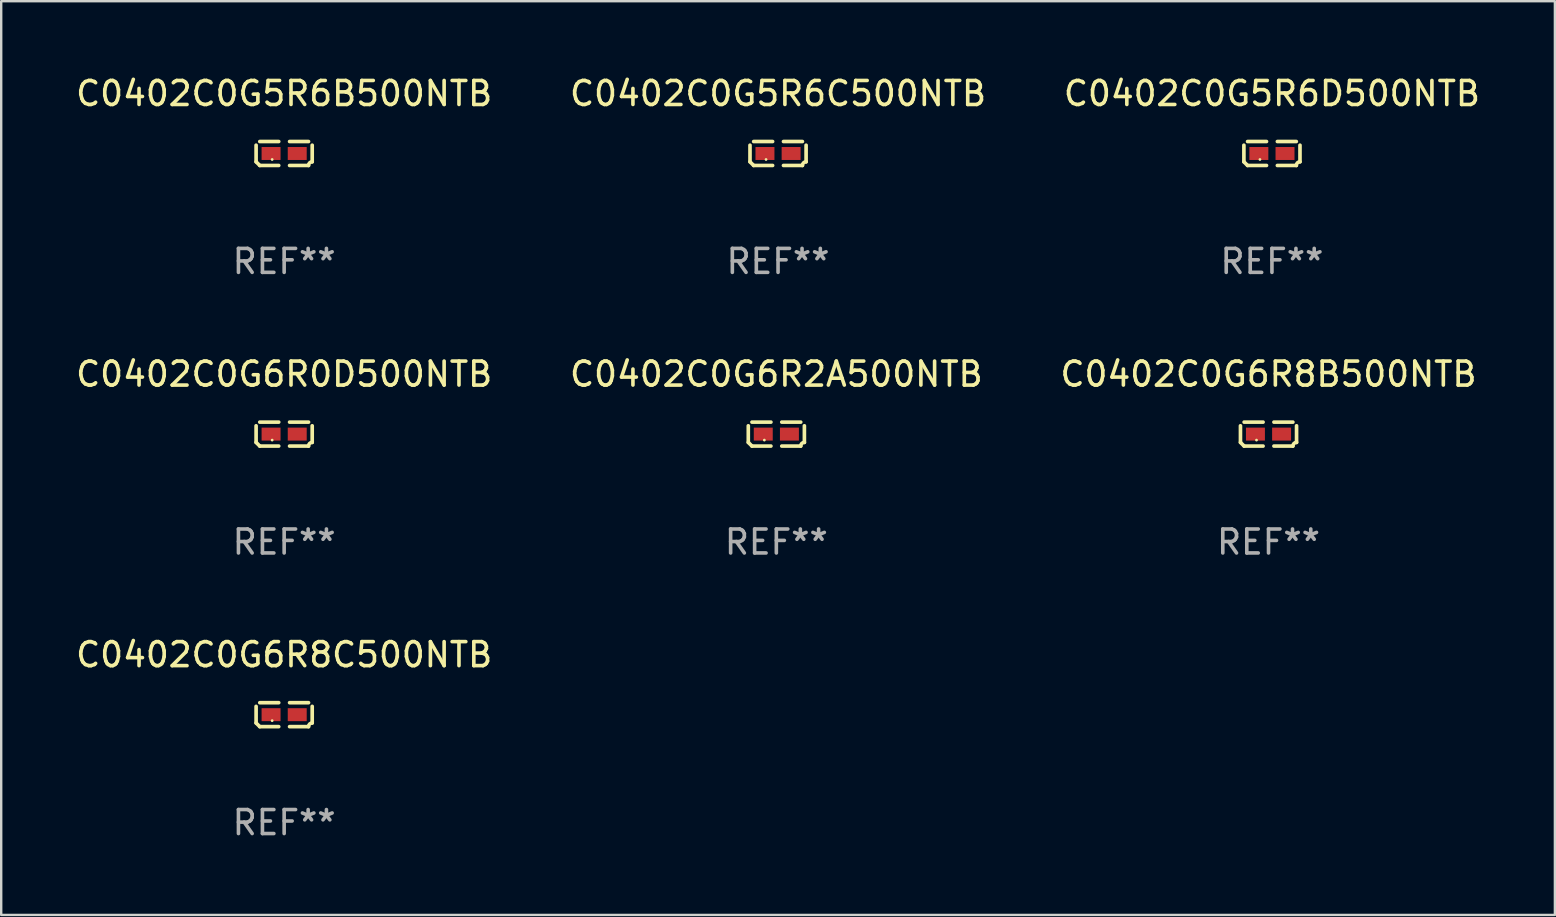
<source format=kicad_pcb>
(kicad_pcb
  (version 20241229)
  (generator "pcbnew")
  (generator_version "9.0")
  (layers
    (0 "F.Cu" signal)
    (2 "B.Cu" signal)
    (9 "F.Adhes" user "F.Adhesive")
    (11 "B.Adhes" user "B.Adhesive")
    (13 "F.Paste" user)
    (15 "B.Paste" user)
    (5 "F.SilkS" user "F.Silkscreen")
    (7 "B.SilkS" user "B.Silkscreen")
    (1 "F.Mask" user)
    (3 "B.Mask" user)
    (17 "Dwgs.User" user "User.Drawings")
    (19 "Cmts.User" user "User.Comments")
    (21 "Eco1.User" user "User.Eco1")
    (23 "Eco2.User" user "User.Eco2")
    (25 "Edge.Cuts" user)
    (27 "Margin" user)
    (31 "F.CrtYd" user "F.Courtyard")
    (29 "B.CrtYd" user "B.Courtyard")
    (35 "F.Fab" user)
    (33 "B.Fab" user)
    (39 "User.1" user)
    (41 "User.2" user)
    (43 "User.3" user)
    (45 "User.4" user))
  (footprint "C0402C0G6R8B500NTB"
    (layer "F.Cu")
    (at 49.815 15.041)
    (property "Reference" "C0402C0G6R8B500NTB" (at 0 -2.499 0) (layer "F.SilkS") (effects (font (size 1 1) (thickness 0.15))))
    (attr through_hole)
    (fp_line (start -1.169 0.346) (end -1.169 -0.346) (stroke (width 0.152) (type solid)) (layer "F.SilkS"))
    (fp_line (start -1.016 -0.499) (end -0.226 -0.499) (stroke (width 0.152) (type solid)) (layer "F.SilkS"))
    (fp_line (start -0.226 0.499) (end -1.016 0.499) (stroke (width 0.152) (type solid)) (layer "F.SilkS"))
    (fp_line (start 0.226 0.499) (end 1.016 0.499) (stroke (width 0.152) (type solid)) (layer "F.SilkS"))
    (fp_line (start 1.016 -0.499) (end 0.226 -0.499) (stroke (width 0.152) (type solid)) (layer "F.SilkS"))
    (fp_line (start 1.169 0.346) (end 1.169 -0.346) (stroke (width 0.152) (type solid)) (layer "F.SilkS"))
    (fp_arc (start -1.016307 0.498603) (mid -1.092512 0.422405) (end -1.16871 0.3462) (stroke (width 0.1524) (type solid)) (layer "F.SilkS"))
    (fp_arc (start 1.016307 0.498603) (mid 1.060899 0.390758) (end 1.168707 0.346076) (stroke (width 0.1524) (type solid)) (layer "F.SilkS"))
    (fp_circle (center -0.5 0.25) (end -0.47 0.25) (stroke (width 0.06) (type solid)) (fill no) (layer "F.SilkS"))
    (fp_text user "REF**" (at 0 4.499 0) (layer "F.Fab") (effects (font (size 1 1) (thickness 0.15))))
    (pad "1" smd rect (at -0.545 0) (size 0.79 0.54) (layers "F.Cu" "F.Mask" "F.Paste"))
    (pad "2" smd rect (at 0.545 0) (size 0.79 0.54) (layers "F.Cu" "F.Mask" "F.Paste")))
  (footprint "C0402C0G6R0D500NTB"
    (layer "F.Cu")
    (at 8.792 15.041)
    (property "Reference" "C0402C0G6R0D500NTB" (at 0 -2.499 0) (layer "F.SilkS") (effects (font (size 1 1) (thickness 0.15))))
    (attr through_hole)
    (fp_line (start -1.169 0.346) (end -1.169 -0.346) (stroke (width 0.152) (type solid)) (layer "F.SilkS"))
    (fp_line (start -1.016 -0.499) (end -0.226 -0.499) (stroke (width 0.152) (type solid)) (layer "F.SilkS"))
    (fp_line (start -0.226 0.499) (end -1.016 0.499) (stroke (width 0.152) (type solid)) (layer "F.SilkS"))
    (fp_line (start 0.226 0.499) (end 1.016 0.499) (stroke (width 0.152) (type solid)) (layer "F.SilkS"))
    (fp_line (start 1.016 -0.499) (end 0.226 -0.499) (stroke (width 0.152) (type solid)) (layer "F.SilkS"))
    (fp_line (start 1.169 0.346) (end 1.169 -0.346) (stroke (width 0.152) (type solid)) (layer "F.SilkS"))
    (fp_arc (start -1.016307 0.498603) (mid -1.092512 0.422405) (end -1.16871 0.3462) (stroke (width 0.1524) (type solid)) (layer "F.SilkS"))
    (fp_arc (start 1.016307 0.498603) (mid 1.060899 0.390758) (end 1.168707 0.346076) (stroke (width 0.1524) (type solid)) (layer "F.SilkS"))
    (fp_circle (center -0.5 0.25) (end -0.47 0.25) (stroke (width 0.06) (type solid)) (fill no) (layer "F.SilkS"))
    (fp_text user "REF**" (at 0 4.499 0) (layer "F.Fab") (effects (font (size 1 1) (thickness 0.15))))
    (pad "1" smd rect (at -0.545 0) (size 0.79 0.54) (layers "F.Cu" "F.Mask" "F.Paste"))
    (pad "2" smd rect (at 0.545 0) (size 0.79 0.54) (layers "F.Cu" "F.Mask" "F.Paste")))
  (footprint "C0402C0G6R8C500NTB"
    (layer "F.Cu")
    (at 8.792 26.734)
    (property "Reference" "C0402C0G6R8C500NTB" (at 0 -2.499 0) (layer "F.SilkS") (effects (font (size 1 1) (thickness 0.15))))
    (attr through_hole)
    (fp_line (start -1.169 0.346) (end -1.169 -0.346) (stroke (width 0.152) (type solid)) (layer "F.SilkS"))
    (fp_line (start -1.016 -0.499) (end -0.226 -0.499) (stroke (width 0.152) (type solid)) (layer "F.SilkS"))
    (fp_line (start -0.226 0.499) (end -1.016 0.499) (stroke (width 0.152) (type solid)) (layer "F.SilkS"))
    (fp_line (start 0.226 0.499) (end 1.016 0.499) (stroke (width 0.152) (type solid)) (layer "F.SilkS"))
    (fp_line (start 1.016 -0.499) (end 0.226 -0.499) (stroke (width 0.152) (type solid)) (layer "F.SilkS"))
    (fp_line (start 1.169 0.346) (end 1.169 -0.346) (stroke (width 0.152) (type solid)) (layer "F.SilkS"))
    (fp_arc (start -1.016307 0.498603) (mid -1.092512 0.422405) (end -1.16871 0.3462) (stroke (width 0.1524) (type solid)) (layer "F.SilkS"))
    (fp_arc (start 1.016307 0.498603) (mid 1.060899 0.390758) (end 1.168707 0.346076) (stroke (width 0.1524) (type solid)) (layer "F.SilkS"))
    (fp_circle (center -0.5 0.25) (end -0.47 0.25) (stroke (width 0.06) (type solid)) (fill no) (layer "F.SilkS"))
    (fp_text user "REF**" (at 0 4.499 0) (layer "F.Fab") (effects (font (size 1 1) (thickness 0.15))))
    (pad "1" smd rect (at -0.545 0) (size 0.79 0.54) (layers "F.Cu" "F.Mask" "F.Paste"))
    (pad "2" smd rect (at 0.545 0) (size 0.79 0.54) (layers "F.Cu" "F.Mask" "F.Paste")))
  (footprint "C0402C0G6R2A500NTB"
    (layer "F.Cu")
    (at 29.304 15.041)
    (property "Reference" "C0402C0G6R2A500NTB" (at 0 -2.499 0) (layer "F.SilkS") (effects (font (size 1 1) (thickness 0.15))))
    (attr through_hole)
    (fp_line (start -1.169 0.346) (end -1.169 -0.346) (stroke (width 0.152) (type solid)) (layer "F.SilkS"))
    (fp_line (start -1.016 -0.499) (end -0.226 -0.499) (stroke (width 0.152) (type solid)) (layer "F.SilkS"))
    (fp_line (start -0.226 0.499) (end -1.016 0.499) (stroke (width 0.152) (type solid)) (layer "F.SilkS"))
    (fp_line (start 0.226 0.499) (end 1.016 0.499) (stroke (width 0.152) (type solid)) (layer "F.SilkS"))
    (fp_line (start 1.016 -0.499) (end 0.226 -0.499) (stroke (width 0.152) (type solid)) (layer "F.SilkS"))
    (fp_line (start 1.169 0.346) (end 1.169 -0.346) (stroke (width 0.152) (type solid)) (layer "F.SilkS"))
    (fp_arc (start -1.016307 0.498603) (mid -1.092512 0.422405) (end -1.16871 0.3462) (stroke (width 0.1524) (type solid)) (layer "F.SilkS"))
    (fp_arc (start 1.016307 0.498603) (mid 1.060899 0.390758) (end 1.168707 0.346076) (stroke (width 0.1524) (type solid)) (layer "F.SilkS"))
    (fp_circle (center -0.5 0.25) (end -0.47 0.25) (stroke (width 0.06) (type solid)) (fill no) (layer "F.SilkS"))
    (fp_text user "REF**" (at 0 4.499 0) (layer "F.Fab") (effects (font (size 1 1) (thickness 0.15))))
    (pad "1" smd rect (at -0.545 0) (size 0.79 0.54) (layers "F.Cu" "F.Mask" "F.Paste"))
    (pad "2" smd rect (at 0.545 0) (size 0.79 0.54) (layers "F.Cu" "F.Mask" "F.Paste")))
  (footprint "C0402C0G5R6C500NTB"
    (layer "F.Cu")
    (at 29.375 3.347)
    (property "Reference" "C0402C0G5R6C500NTB" (at 0 -2.499 0) (layer "F.SilkS") (effects (font (size 1 1) (thickness 0.15))))
    (attr through_hole)
    (fp_line (start -1.169 0.346) (end -1.169 -0.346) (stroke (width 0.152) (type solid)) (layer "F.SilkS"))
    (fp_line (start -1.016 -0.499) (end -0.226 -0.499) (stroke (width 0.152) (type solid)) (layer "F.SilkS"))
    (fp_line (start -0.226 0.499) (end -1.016 0.499) (stroke (width 0.152) (type solid)) (layer "F.SilkS"))
    (fp_line (start 0.226 0.499) (end 1.016 0.499) (stroke (width 0.152) (type solid)) (layer "F.SilkS"))
    (fp_line (start 1.016 -0.499) (end 0.226 -0.499) (stroke (width 0.152) (type solid)) (layer "F.SilkS"))
    (fp_line (start 1.169 0.346) (end 1.169 -0.346) (stroke (width 0.152) (type solid)) (layer "F.SilkS"))
    (fp_arc (start -1.016307 0.498603) (mid -1.092512 0.422405) (end -1.16871 0.3462) (stroke (width 0.1524) (type solid)) (layer "F.SilkS"))
    (fp_arc (start 1.016307 0.498603) (mid 1.060899 0.390758) (end 1.168707 0.346076) (stroke (width 0.1524) (type solid)) (layer "F.SilkS"))
    (fp_circle (center -0.5 0.25) (end -0.47 0.25) (stroke (width 0.06) (type solid)) (fill no) (layer "F.SilkS"))
    (fp_text user "REF**" (at 0 4.499 0) (layer "F.Fab") (effects (font (size 1 1) (thickness 0.15))))
    (pad "1" smd rect (at -0.545 0) (size 0.79 0.54) (layers "F.Cu" "F.Mask" "F.Paste"))
    (pad "2" smd rect (at 0.545 0) (size 0.79 0.54) (layers "F.Cu" "F.Mask" "F.Paste")))
  (footprint "C0402C0G5R6D500NTB"
    (layer "F.Cu")
    (at 49.958 3.347)
    (property "Reference" "C0402C0G5R6D500NTB" (at 0 -2.499 0) (layer "F.SilkS") (effects (font (size 1 1) (thickness 0.15))))
    (attr through_hole)
    (fp_line (start -1.169 0.346) (end -1.169 -0.346) (stroke (width 0.152) (type solid)) (layer "F.SilkS"))
    (fp_line (start -1.016 -0.499) (end -0.226 -0.499) (stroke (width 0.152) (type solid)) (layer "F.SilkS"))
    (fp_line (start -0.226 0.499) (end -1.016 0.499) (stroke (width 0.152) (type solid)) (layer "F.SilkS"))
    (fp_line (start 0.226 0.499) (end 1.016 0.499) (stroke (width 0.152) (type solid)) (layer "F.SilkS"))
    (fp_line (start 1.016 -0.499) (end 0.226 -0.499) (stroke (width 0.152) (type solid)) (layer "F.SilkS"))
    (fp_line (start 1.169 0.346) (end 1.169 -0.346) (stroke (width 0.152) (type solid)) (layer "F.SilkS"))
    (fp_arc (start -1.016307 0.498603) (mid -1.092512 0.422405) (end -1.16871 0.3462) (stroke (width 0.1524) (type solid)) (layer "F.SilkS"))
    (fp_arc (start 1.016307 0.498603) (mid 1.060899 0.390758) (end 1.168707 0.346076) (stroke (width 0.1524) (type solid)) (layer "F.SilkS"))
    (fp_circle (center -0.5 0.25) (end -0.47 0.25) (stroke (width 0.06) (type solid)) (fill no) (layer "F.SilkS"))
    (fp_text user "REF**" (at 0 4.499 0) (layer "F.Fab") (effects (font (size 1 1) (thickness 0.15))))
    (pad "1" smd rect (at -0.545 0) (size 0.79 0.54) (layers "F.Cu" "F.Mask" "F.Paste"))
    (pad "2" smd rect (at 0.545 0) (size 0.79 0.54) (layers "F.Cu" "F.Mask" "F.Paste")))
  (footprint "C0402C0G5R6B500NTB"
    (layer "F.Cu")
    (at 8.792 3.347)
    (property "Reference" "C0402C0G5R6B500NTB" (at 0 -2.499 0) (layer "F.SilkS") (effects (font (size 1 1) (thickness 0.15))))
    (attr through_hole)
    (fp_line (start -1.169 0.346) (end -1.169 -0.346) (stroke (width 0.152) (type solid)) (layer "F.SilkS"))
    (fp_line (start -1.016 -0.499) (end -0.226 -0.499) (stroke (width 0.152) (type solid)) (layer "F.SilkS"))
    (fp_line (start -0.226 0.499) (end -1.016 0.499) (stroke (width 0.152) (type solid)) (layer "F.SilkS"))
    (fp_line (start 0.226 0.499) (end 1.016 0.499) (stroke (width 0.152) (type solid)) (layer "F.SilkS"))
    (fp_line (start 1.016 -0.499) (end 0.226 -0.499) (stroke (width 0.152) (type solid)) (layer "F.SilkS"))
    (fp_line (start 1.169 0.346) (end 1.169 -0.346) (stroke (width 0.152) (type solid)) (layer "F.SilkS"))
    (fp_arc (start -1.016307 0.498603) (mid -1.092512 0.422405) (end -1.16871 0.3462) (stroke (width 0.1524) (type solid)) (layer "F.SilkS"))
    (fp_arc (start 1.016307 0.498603) (mid 1.060899 0.390758) (end 1.168707 0.346076) (stroke (width 0.1524) (type solid)) (layer "F.SilkS"))
    (fp_circle (center -0.5 0.25) (end -0.47 0.25) (stroke (width 0.06) (type solid)) (fill no) (layer "F.SilkS"))
    (fp_text user "REF**" (at 0 4.499 0) (layer "F.Fab") (effects (font (size 1 1) (thickness 0.15))))
    (pad "1" smd rect (at -0.545 0) (size 0.79 0.54) (layers "F.Cu" "F.Mask" "F.Paste"))
    (pad "2" smd rect (at 0.545 0) (size 0.79 0.54) (layers "F.Cu" "F.Mask" "F.Paste")))
  (gr_rect
    (start -3 -3)
    (end 61.75 35.081)
    (stroke (width 0.1) (type default))
    (fill no)
    (layer "Edge.Cuts")))
</source>
